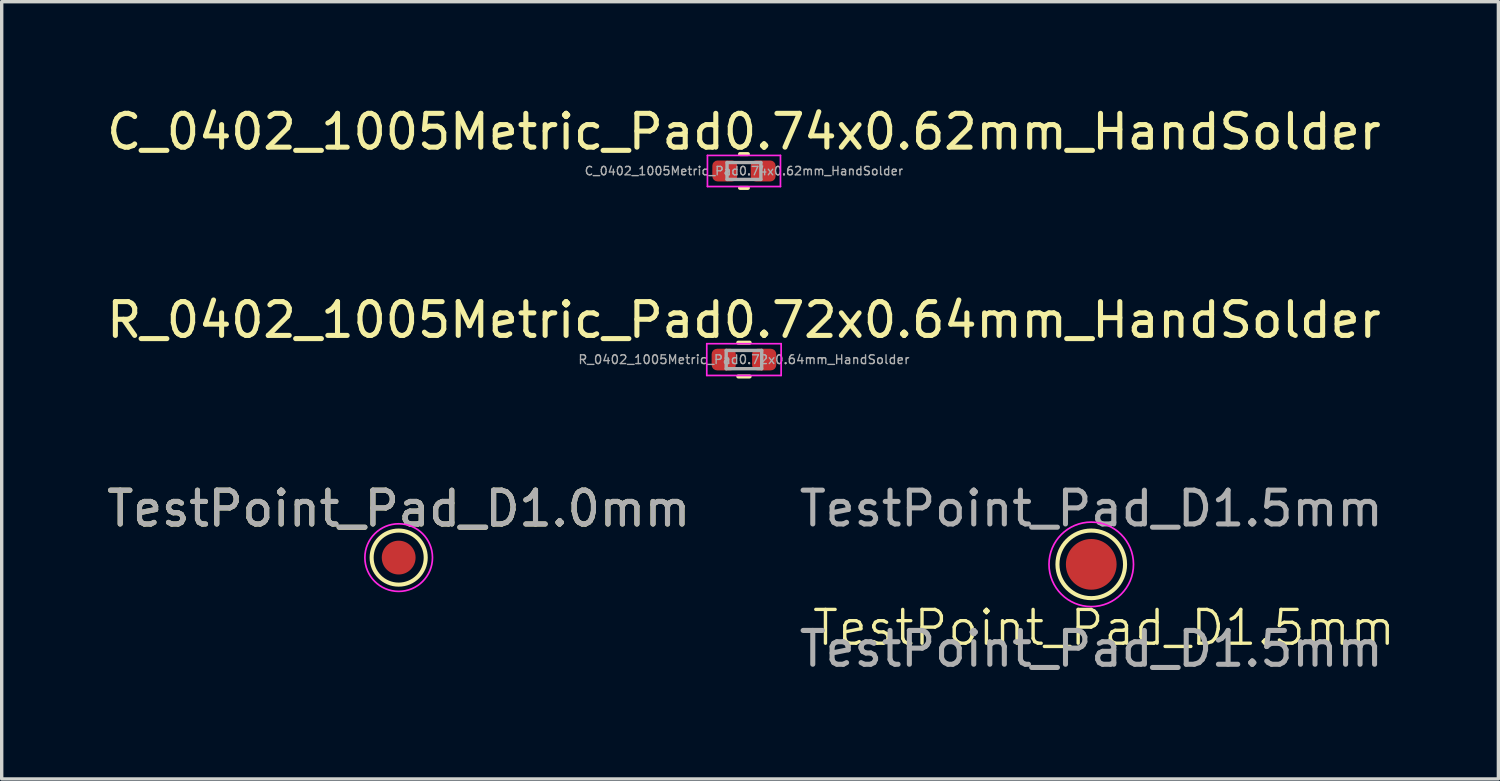
<source format=kicad_pcb>
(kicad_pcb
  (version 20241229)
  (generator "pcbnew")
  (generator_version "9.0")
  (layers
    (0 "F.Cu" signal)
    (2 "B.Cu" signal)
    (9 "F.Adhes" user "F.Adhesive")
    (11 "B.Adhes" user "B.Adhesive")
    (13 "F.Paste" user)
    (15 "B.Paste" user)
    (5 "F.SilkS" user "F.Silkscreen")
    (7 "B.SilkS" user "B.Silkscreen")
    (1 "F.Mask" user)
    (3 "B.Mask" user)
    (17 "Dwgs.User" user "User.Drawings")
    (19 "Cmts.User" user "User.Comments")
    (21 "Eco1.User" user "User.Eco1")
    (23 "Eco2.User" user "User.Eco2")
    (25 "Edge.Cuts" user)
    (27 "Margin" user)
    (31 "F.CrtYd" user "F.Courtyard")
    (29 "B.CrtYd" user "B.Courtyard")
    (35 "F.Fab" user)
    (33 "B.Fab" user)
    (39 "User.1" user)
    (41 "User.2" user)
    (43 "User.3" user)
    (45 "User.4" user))
  (footprint "R_0402_1005Metric_Pad0.72x0.64mm_HandSolder"
    (layer "F.Cu")
    (at 18.958 7.587)
    (property "Reference" "R_0402_1005Metric_Pad0.72x0.64mm_HandSolder" (at 0 -1.17 0) (layer "F.SilkS") (effects (font (size 1 1) (thickness 0.15))))
    (attr smd)
    (fp_line (start -0.168 -0.5) (end 0.168 -0.5) (stroke (width 0.12) (type solid)) (layer "F.SilkS"))
    (fp_line (start -0.168 0.5) (end 0.168 0.5) (stroke (width 0.12) (type solid)) (layer "F.SilkS"))
    (fp_line (start -1.1 -0.47) (end 1.1 -0.47) (stroke (width 0.05) (type solid)) (layer "F.CrtYd"))
    (fp_line (start -1.1 0.47) (end -1.1 -0.47) (stroke (width 0.05) (type solid)) (layer "F.CrtYd"))
    (fp_line (start 1.1 -0.47) (end 1.1 0.47) (stroke (width 0.05) (type solid)) (layer "F.CrtYd"))
    (fp_line (start 1.1 0.47) (end -1.1 0.47) (stroke (width 0.05) (type solid)) (layer "F.CrtYd"))
    (fp_line (start -0.525 -0.27) (end 0.525 -0.27) (stroke (width 0.1) (type solid)) (layer "F.Fab"))
    (fp_line (start -0.525 0.27) (end -0.525 -0.27) (stroke (width 0.1) (type solid)) (layer "F.Fab"))
    (fp_line (start 0.525 -0.27) (end 0.525 0.27) (stroke (width 0.1) (type solid)) (layer "F.Fab"))
    (fp_line (start 0.525 0.27) (end -0.525 0.27) (stroke (width 0.1) (type solid)) (layer "F.Fab"))
    (fp_text user "${REFERENCE}" (at 0 0 0) (layer "F.Fab") (effects (font (size 0.26 0.26) (thickness 0.04))))
    (pad "1" smd roundrect (at -0.598 0) (size 0.715 0.64) (layers "F.Cu" "F.Mask" "F.Paste") (roundrect_rratio 0.25))
    (pad "2" smd roundrect (at 0.598 0) (size 0.715 0.64) (layers "F.Cu" "F.Mask" "F.Paste") (roundrect_rratio 0.25)))
  (footprint "TestPoint_Pad_D1.5mm"
    (layer "F.Cu")
    (at 29.232 13.645)
    (property "Reference" "TestPoint_Pad_D1.5mm" (at 0.375 1.875 0) (unlocked yes) (layer "F.SilkS") (effects (font (size 1 1) (thickness 0.1))))
    (attr smd)
    (fp_circle (center 0 0) (end 1 0) (stroke (width 0.12) (type solid)) (fill no) (layer "F.SilkS"))
    (fp_circle (center 0 0) (end 1.25 0) (stroke (width 0.05) (type solid)) (fill no) (layer "F.CrtYd"))
    (fp_text user "${REFERENCE}" (at 0 -1.65 0) (layer "F.Fab") (effects (font (size 1 1) (thickness 0.15))))
    (fp_text user "${REFERENCE}" (at 0 2.5 0) (unlocked yes) (layer "F.Fab") (effects (font (size 1 1) (thickness 0.15))))
    (pad "1" smd circle (at 0 0) (size 1.5 1.5) (layers "F.Cu" "F.Mask")))
  (footprint "TestPoint_Pad_D1.0mm"
    (layer "F.Cu")
    (at 8.744 13.445)
    (property "Reference" "TestPoint_Pad_D1.0mm" (at 0 -1.448 0) (layer "F.SilkS") (effects (font (size 1 1) (thickness 0.15))))
    (attr exclude_from_pos_files exclude_from_bom)
    (fp_circle (center 0 0) (end 0 0.8) (stroke (width 0.12) (type solid)) (fill no) (layer "F.SilkS"))
    (fp_circle (center 0 0) (end 1 0) (stroke (width 0.05) (type solid)) (fill no) (layer "F.CrtYd"))
    (fp_text user "${REFERENCE}" (at 0 -1.45 0) (layer "F.Fab") (effects (font (size 1 1) (thickness 0.15))))
    (pad "1" smd circle (at 0 0) (size 1 1) (layers "F.Cu" "F.Mask")))
  (footprint "C_0402_1005Metric_Pad0.74x0.62mm_HandSolder"
    (layer "F.Cu")
    (at 18.958 2.008)
    (property "Reference" "C_0402_1005Metric_Pad0.74x0.62mm_HandSolder" (at 0 -1.16 0) (layer "F.SilkS") (effects (font (size 1 1) (thickness 0.15))))
    (attr smd)
    (fp_line (start -0.116 -0.5) (end 0.116 -0.5) (stroke (width 0.12) (type solid)) (layer "F.SilkS"))
    (fp_line (start -0.116 0.5) (end 0.116 0.5) (stroke (width 0.12) (type solid)) (layer "F.SilkS"))
    (fp_line (start -1.08 -0.46) (end 1.08 -0.46) (stroke (width 0.05) (type solid)) (layer "F.CrtYd"))
    (fp_line (start -1.08 0.46) (end -1.08 -0.46) (stroke (width 0.05) (type solid)) (layer "F.CrtYd"))
    (fp_line (start 1.08 -0.46) (end 1.08 0.46) (stroke (width 0.05) (type solid)) (layer "F.CrtYd"))
    (fp_line (start 1.08 0.46) (end -1.08 0.46) (stroke (width 0.05) (type solid)) (layer "F.CrtYd"))
    (fp_line (start -0.5 -0.25) (end 0.5 -0.25) (stroke (width 0.1) (type solid)) (layer "F.Fab"))
    (fp_line (start -0.5 0.25) (end -0.5 -0.25) (stroke (width 0.1) (type solid)) (layer "F.Fab"))
    (fp_line (start 0.5 -0.25) (end 0.5 0.25) (stroke (width 0.1) (type solid)) (layer "F.Fab"))
    (fp_line (start 0.5 0.25) (end -0.5 0.25) (stroke (width 0.1) (type solid)) (layer "F.Fab"))
    (fp_text user "${REFERENCE}" (at 0 0 0) (layer "F.Fab") (effects (font (size 0.25 0.25) (thickness 0.04))))
    (pad "1" smd roundrect (at -0.568 0) (size 0.735 0.62) (layers "F.Cu" "F.Mask" "F.Paste") (roundrect_rratio 0.25))
    (pad "2" smd roundrect (at 0.568 0) (size 0.735 0.62) (layers "F.Cu" "F.Mask" "F.Paste") (roundrect_rratio 0.25)))
  (gr_rect
    (start -3 -3)
    (end 41.276 19.993)
    (stroke (width 0.1) (type default))
    (fill no)
    (layer "Edge.Cuts")))
</source>
